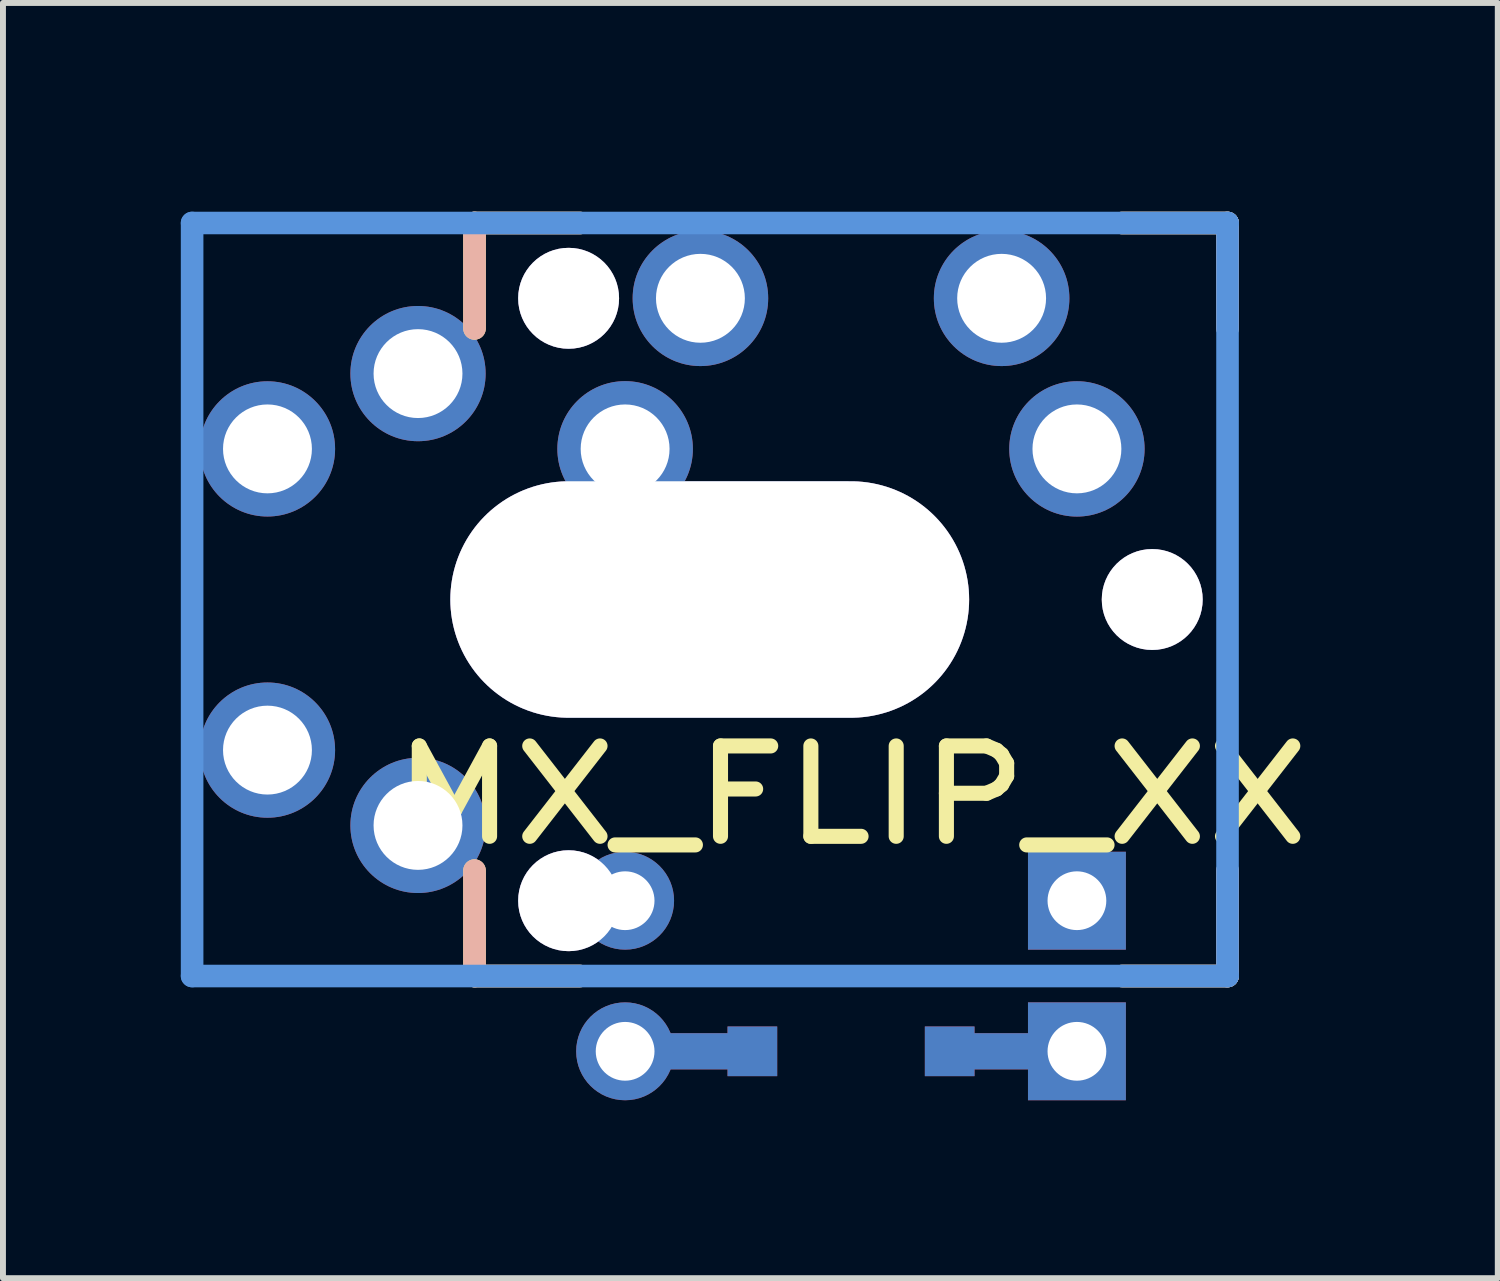
<source format=kicad_pcb>
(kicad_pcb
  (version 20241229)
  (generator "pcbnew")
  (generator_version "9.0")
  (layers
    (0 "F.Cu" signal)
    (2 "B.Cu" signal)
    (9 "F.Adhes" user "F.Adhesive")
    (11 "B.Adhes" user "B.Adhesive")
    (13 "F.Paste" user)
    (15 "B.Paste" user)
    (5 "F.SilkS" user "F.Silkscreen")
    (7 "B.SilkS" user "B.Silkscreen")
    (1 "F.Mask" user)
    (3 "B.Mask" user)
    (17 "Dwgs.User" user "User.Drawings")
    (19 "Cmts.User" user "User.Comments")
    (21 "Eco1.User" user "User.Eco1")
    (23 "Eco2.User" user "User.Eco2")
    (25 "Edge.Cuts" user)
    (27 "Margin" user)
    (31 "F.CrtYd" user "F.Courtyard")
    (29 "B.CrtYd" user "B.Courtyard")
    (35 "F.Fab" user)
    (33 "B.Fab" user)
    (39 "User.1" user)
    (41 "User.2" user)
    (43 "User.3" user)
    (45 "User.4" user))
  (footprint "MX_FLIP_XX"
    (layer "F.Cu")
    (at 11.303 7.061)
    (property "Reference" "MX_FLIP_XX" (at 0 3.302 0) (layer "F.SilkS") (effects (font (size 1.524 1.778) (thickness 0.254))))
    (attr through_hole)
    (fp_line (start -3.81 7.62) (end -1.664 7.62) (stroke (width 0.61) (type solid)) (layer "F.Cu"))
    (fp_line (start 1.664 7.62) (end 3.81 7.62) (stroke (width 0.61) (type solid)) (layer "F.Cu"))
    (fp_line (start -3.81 7.62) (end -1.664 7.62) (stroke (width 0.61) (type solid)) (layer "B.Cu"))
    (fp_line (start 1.664 7.62) (end 3.81 7.62) (stroke (width 0.61) (type solid)) (layer "B.Cu"))
    (fp_line (start -6.35 -6.35) (end -4.572 -6.35) (stroke (width 0.381) (type solid)) (layer "F.SilkS"))
    (fp_line (start -6.35 -4.572) (end -6.35 -6.35) (stroke (width 0.381) (type solid)) (layer "F.SilkS"))
    (fp_line (start -6.35 6.35) (end -6.35 4.572) (stroke (width 0.381) (type solid)) (layer "F.SilkS"))
    (fp_line (start -4.572 6.35) (end -6.35 6.35) (stroke (width 0.381) (type solid)) (layer "F.SilkS"))
    (fp_line (start 4.572 -6.35) (end 6.35 -6.35) (stroke (width 0.381) (type solid)) (layer "F.SilkS"))
    (fp_line (start 6.35 -6.35) (end 6.35 -4.572) (stroke (width 0.381) (type solid)) (layer "F.SilkS"))
    (fp_line (start 6.35 4.572) (end 6.35 6.35) (stroke (width 0.381) (type solid)) (layer "F.SilkS"))
    (fp_line (start 6.35 6.35) (end 4.572 6.35) (stroke (width 0.381) (type solid)) (layer "F.SilkS"))
    (fp_line (start -6.35 -6.35) (end -4.572 -6.35) (stroke (width 0.381) (type solid)) (layer "B.SilkS"))
    (fp_line (start -6.35 -4.572) (end -6.35 -6.35) (stroke (width 0.381) (type solid)) (layer "B.SilkS"))
    (fp_line (start -6.35 6.35) (end -6.35 4.572) (stroke (width 0.381) (type solid)) (layer "B.SilkS"))
    (fp_line (start -4.572 6.35) (end -6.35 6.35) (stroke (width 0.381) (type solid)) (layer "B.SilkS"))
    (fp_line (start 4.572 -6.35) (end 6.35 -6.35) (stroke (width 0.381) (type solid)) (layer "B.SilkS"))
    (fp_line (start 6.35 -6.35) (end 6.35 -4.572) (stroke (width 0.381) (type solid)) (layer "B.SilkS"))
    (fp_line (start 6.35 4.572) (end 6.35 6.35) (stroke (width 0.381) (type solid)) (layer "B.SilkS"))
    (fp_line (start 6.35 6.35) (end 4.572 6.35) (stroke (width 0.381) (type solid)) (layer "B.SilkS"))
    (fp_line (start -11.113 -6.35) (end 6.35 -6.35) (stroke (width 0.381) (type solid)) (layer "Cmts.User"))
    (fp_line (start -11.113 6.35) (end -11.113 -6.35) (stroke (width 0.381) (type solid)) (layer "Cmts.User"))
    (fp_line (start 6.35 -6.35) (end 6.35 6.35) (stroke (width 0.381) (type solid)) (layer "Cmts.User"))
    (fp_line (start 6.35 6.35) (end -11.113 6.35) (stroke (width 0.381) (type solid)) (layer "Cmts.User"))
    (fp_line (start -7.798 -6.005) (end -6.985 -6.005) (stroke (width 0.152) (type solid)) (layer "Eco2.User"))
    (fp_line (start -7.798 -2.504) (end -7.798 -6.005) (stroke (width 0.152) (type solid)) (layer "Eco2.User"))
    (fp_line (start -7.798 2.504) (end -6.985 2.504) (stroke (width 0.152) (type solid)) (layer "Eco2.User"))
    (fp_line (start -7.798 6.005) (end -7.798 2.504) (stroke (width 0.152) (type solid)) (layer "Eco2.User"))
    (fp_line (start -6.985 -6.985) (end 6.985 -6.985) (stroke (width 0.152) (type solid)) (layer "Eco2.User"))
    (fp_line (start -6.985 -6.005) (end -6.985 -6.985) (stroke (width 0.152) (type solid)) (layer "Eco2.User"))
    (fp_line (start -6.985 -2.504) (end -7.798 -2.504) (stroke (width 0.152) (type solid)) (layer "Eco2.User"))
    (fp_line (start -6.985 2.504) (end -6.985 -2.504) (stroke (width 0.152) (type solid)) (layer "Eco2.User"))
    (fp_line (start -6.985 6.005) (end -7.798 6.005) (stroke (width 0.152) (type solid)) (layer "Eco2.User"))
    (fp_line (start -6.985 6.985) (end -6.985 6.005) (stroke (width 0.152) (type solid)) (layer "Eco2.User"))
    (fp_line (start 6.985 -6.985) (end 6.985 -6.005) (stroke (width 0.152) (type solid)) (layer "Eco2.User"))
    (fp_line (start 6.985 -6.005) (end 7.798 -6.005) (stroke (width 0.152) (type solid)) (layer "Eco2.User"))
    (fp_line (start 6.985 -2.504) (end 6.985 2.504) (stroke (width 0.152) (type solid)) (layer "Eco2.User"))
    (fp_line (start 6.985 2.504) (end 7.798 2.504) (stroke (width 0.152) (type solid)) (layer "Eco2.User"))
    (fp_line (start 6.985 6.005) (end 6.985 6.985) (stroke (width 0.152) (type solid)) (layer "Eco2.User"))
    (fp_line (start 6.985 6.985) (end -6.985 6.985) (stroke (width 0.152) (type solid)) (layer "Eco2.User"))
    (fp_line (start 7.798 -6.005) (end 7.798 -2.504) (stroke (width 0.152) (type solid)) (layer "Eco2.User"))
    (fp_line (start 7.798 -2.504) (end 6.985 -2.504) (stroke (width 0.152) (type solid)) (layer "Eco2.User"))
    (fp_line (start 7.798 2.504) (end 7.798 6.005) (stroke (width 0.152) (type solid)) (layer "Eco2.User"))
    (fp_line (start 7.798 6.005) (end 6.985 6.005) (stroke (width 0.152) (type solid)) (layer "Eco2.User"))
    (pad "" thru_hole circle (at 5.08 0) (size 1.702 1.702) (drill 1.702) (layers "*.Cu" "*.Mask"))
    (pad "1" thru_hole circle (at -9.842 -2.54) (size 2.281 2.281) (drill 1.499) (layers "*.Cu" "*.Mask"))
    (pad "1" thru_hole circle (at -7.303 -3.81) (size 2.281 2.281) (drill 1.499) (layers "*.Cu" "*.Mask"))
    (pad "1" thru_hole circle (at 2.54 -5.08) (size 2.286 2.286) (drill 1.499) (layers "*.Cu" "*.Mask"))
    (pad "1" thru_hole circle (at 3.81 -2.54) (size 2.283 2.283) (drill 1.499) (layers "*.Cu" "*.Mask"))
    (pad "2" thru_hole circle (at -9.842 2.54) (size 2.281 2.281) (drill 1.499) (layers "*.Cu" "*.Mask"))
    (pad "2" thru_hole circle (at -7.303 3.81) (size 2.281 2.281) (drill 1.499) (layers "*.Cu" "*.Mask"))
    (pad "2" thru_hole circle (at -4.763 -5.08 90) (size 1.702 1.702) (drill 1.702) (layers "*.Cu" "*.Mask"))
    (pad "2" thru_hole circle (at -3.81 -2.54) (size 2.286 2.286) (drill 1.499) (layers "*.Cu" "*.Mask"))
    (pad "2" thru_hole circle (at -2.54 -5.08) (size 2.286 2.286) (drill 1.499) (layers "*.Cu" "*.Mask"))
    (pad "2" thru_hole oval (at -2.383 0) (size 8.75 3.988) (drill oval 8.75 3.988) (layers "*.Cu" "*.Mask"))
    (pad "3" thru_hole circle (at -4.763 5.08 90) (size 1.702 1.702) (drill 1.702) (layers "*.Cu" "*.Mask"))
    (pad "3" thru_hole circle (at -3.81 5.08) (size 1.651 1.651) (drill 0.991) (layers "*.Cu" "*.Mask"))
    (pad "3" thru_hole circle (at -3.81 7.62) (size 1.651 1.651) (drill 0.991) (layers "*.Cu" "*.Mask"))
    (pad "4" thru_hole rect (at 3.81 5.08) (size 1.651 1.651) (drill 0.991) (layers "*.Cu" "*.Mask"))
    (pad "4" thru_hole rect (at 3.81 7.62) (size 1.651 1.651) (drill 0.991) (layers "*.Cu" "*.Mask"))
    (pad "99" smd rect (at -1.664 7.62) (size 0.838 0.838) (layers "F.Cu" "F.Mask" "F.Paste"))
    (pad "99" smd rect (at -1.664 7.62) (size 0.838 0.838) (layers "B.Cu" "B.Mask" "B.Paste"))
    (pad "99" smd rect (at 1.664 7.62) (size 0.838 0.838) (layers "F.Cu" "F.Mask" "F.Paste"))
    (pad "99" smd rect (at 1.664 7.62) (size 0.838 0.838) (layers "B.Cu" "B.Mask" "B.Paste")))
  (gr_rect
    (start -3 -3)
    (end 22.211 18.507)
    (stroke (width 0.1) (type default))
    (fill no)
    (layer "Edge.Cuts")))
</source>
